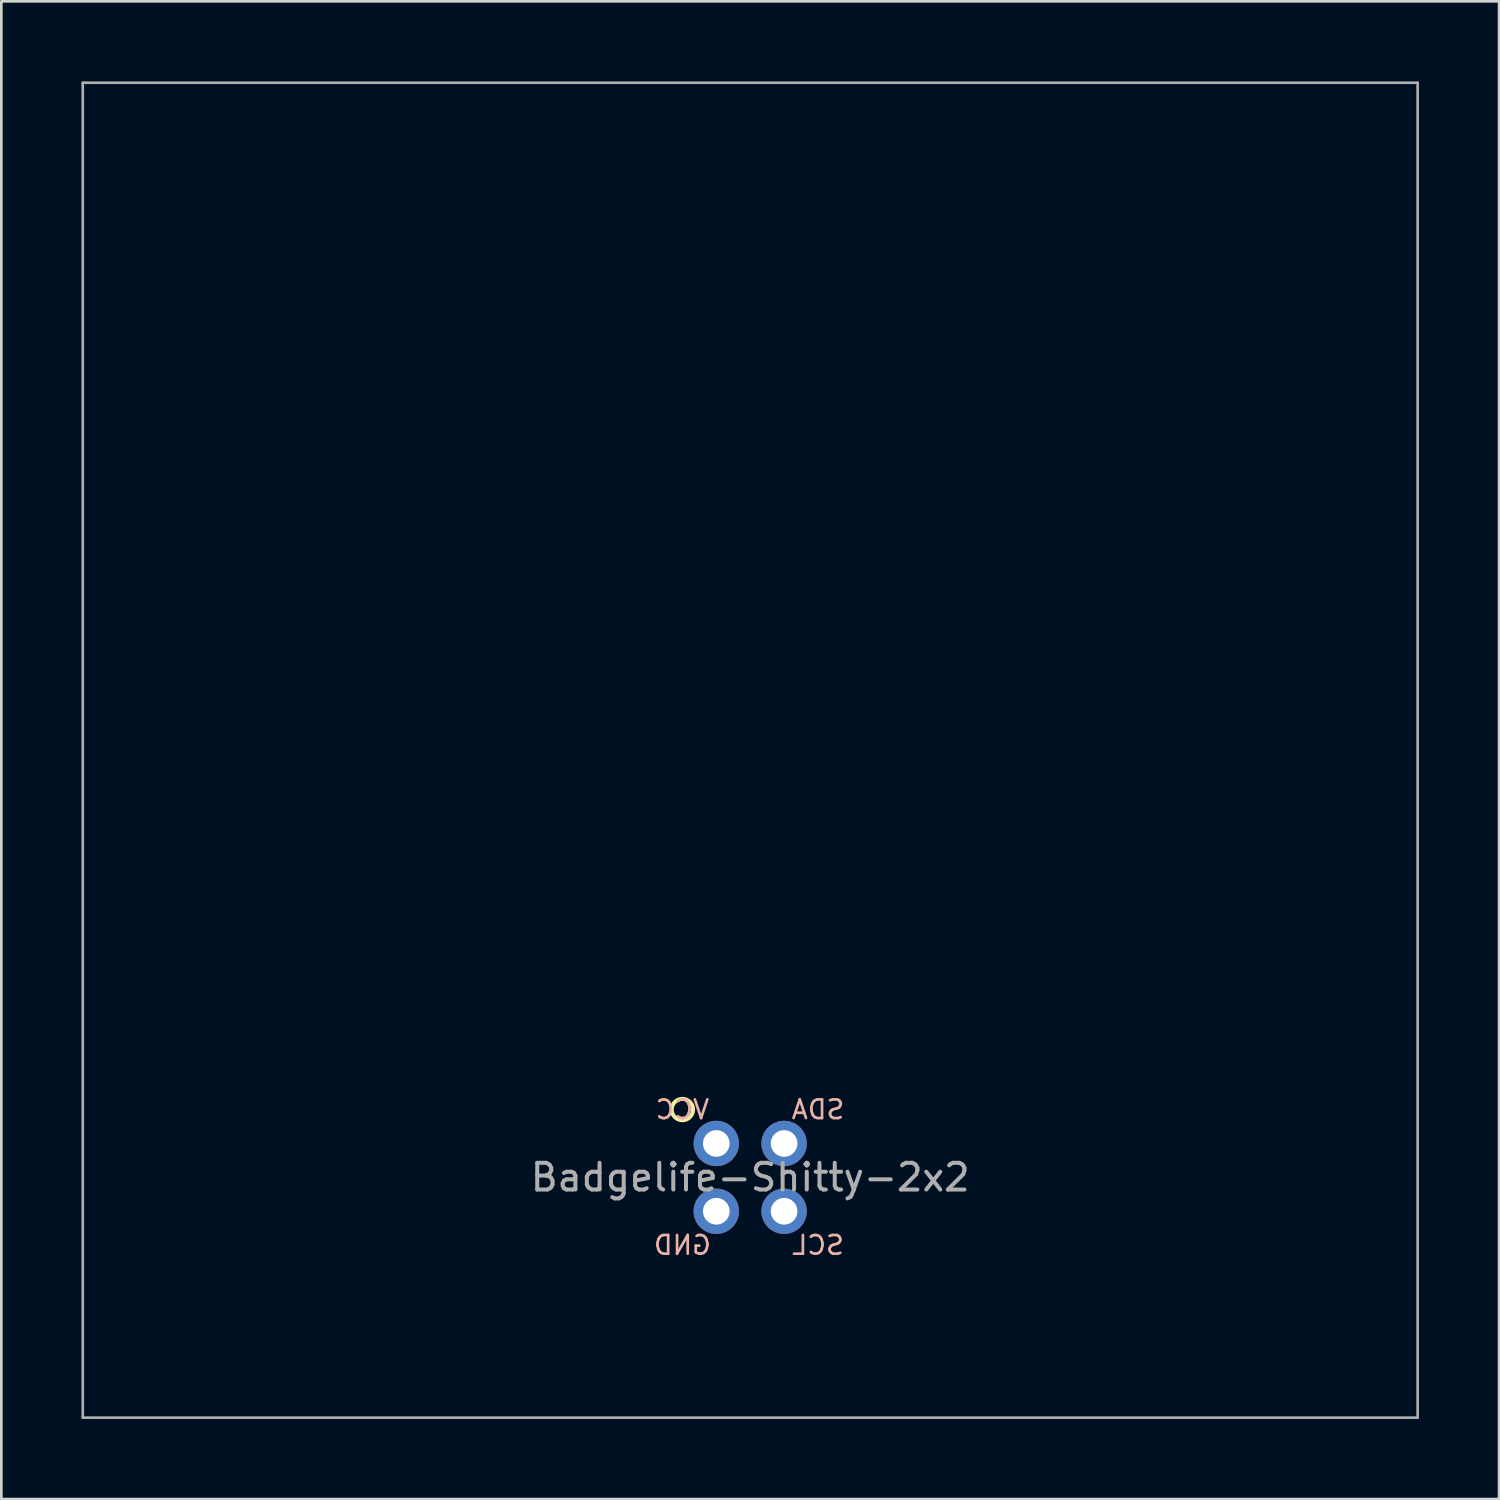
<source format=kicad_pcb>
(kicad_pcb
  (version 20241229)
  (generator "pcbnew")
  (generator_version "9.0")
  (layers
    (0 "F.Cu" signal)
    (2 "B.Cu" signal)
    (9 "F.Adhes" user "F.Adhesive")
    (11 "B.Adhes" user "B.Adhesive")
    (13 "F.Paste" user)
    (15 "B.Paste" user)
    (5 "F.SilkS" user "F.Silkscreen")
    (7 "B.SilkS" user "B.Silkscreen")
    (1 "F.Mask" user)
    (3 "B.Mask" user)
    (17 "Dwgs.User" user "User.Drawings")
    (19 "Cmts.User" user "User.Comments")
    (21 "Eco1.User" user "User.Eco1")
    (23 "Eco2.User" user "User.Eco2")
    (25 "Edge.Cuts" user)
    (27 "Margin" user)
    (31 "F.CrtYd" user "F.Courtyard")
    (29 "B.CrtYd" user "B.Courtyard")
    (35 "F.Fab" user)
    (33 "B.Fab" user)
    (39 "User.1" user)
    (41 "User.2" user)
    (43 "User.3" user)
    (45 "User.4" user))
  (footprint "Badgelife-Shitty-2x2"
    (layer "F.Cu")
    (at 25.05 41.05)
    (property "Reference" "Badgelife-Shitty-2x2" (at 0 0 0) (layer "F.Fab") (effects (font (size 1 1) (thickness 0.15))))
    (attr through_hole)
    (fp_circle (center -2.54 -2.54) (end -2.14 -2.54) (stroke (width 0.15) (type solid)) (fill no) (layer "F.SilkS"))
    (fp_line (start -25 -41) (end -25 9) (stroke (width 0.1) (type solid)) (layer "F.Fab"))
    (fp_line (start -25 -41) (end 25 -41) (stroke (width 0.1) (type solid)) (layer "F.Fab"))
    (fp_line (start -25 9) (end 25 9) (stroke (width 0.1) (type solid)) (layer "F.Fab"))
    (fp_line (start 25 -41) (end 25 9) (stroke (width 0.1) (type solid)) (layer "F.Fab"))
    (fp_text user "GND" (at -2.54 2.54 0) (layer "B.SilkS") (effects (font (size 0.7 0.7) (thickness 0.1)) (justify mirror)))
    (fp_text user "VCC" (at -2.54 -2.54 0) (layer "B.SilkS") (effects (font (size 0.7 0.7) (thickness 0.1)) (justify mirror)))
    (fp_text user "SCL" (at 2.54 2.54 0) (layer "B.SilkS") (effects (font (size 0.7 0.7) (thickness 0.1)) (justify mirror)))
    (fp_text user "SDA" (at 2.54 -2.54 0) (layer "B.SilkS") (effects (font (size 0.7 0.7) (thickness 0.1)) (justify mirror)))
    (pad "1" thru_hole oval (at -1.27 -1.27) (size 1.7 1.7) (drill 1) (layers "*.Cu" "*.Mask"))
    (pad "2" thru_hole oval (at -1.27 1.27) (size 1.7 1.7) (drill 1) (layers "*.Cu" "*.Mask"))
    (pad "3" thru_hole oval (at 1.27 1.27) (size 1.7 1.7) (drill 1) (layers "*.Cu" "*.Mask"))
    (pad "4" thru_hole circle (at 1.27 -1.27) (size 1.7 1.7) (drill 1) (layers "*.Cu" "*.Mask")))
  (gr_rect
    (start -3 -3)
    (end 53.1 53.1)
    (stroke (width 0.1) (type default))
    (fill no)
    (layer "Edge.Cuts")))
</source>
